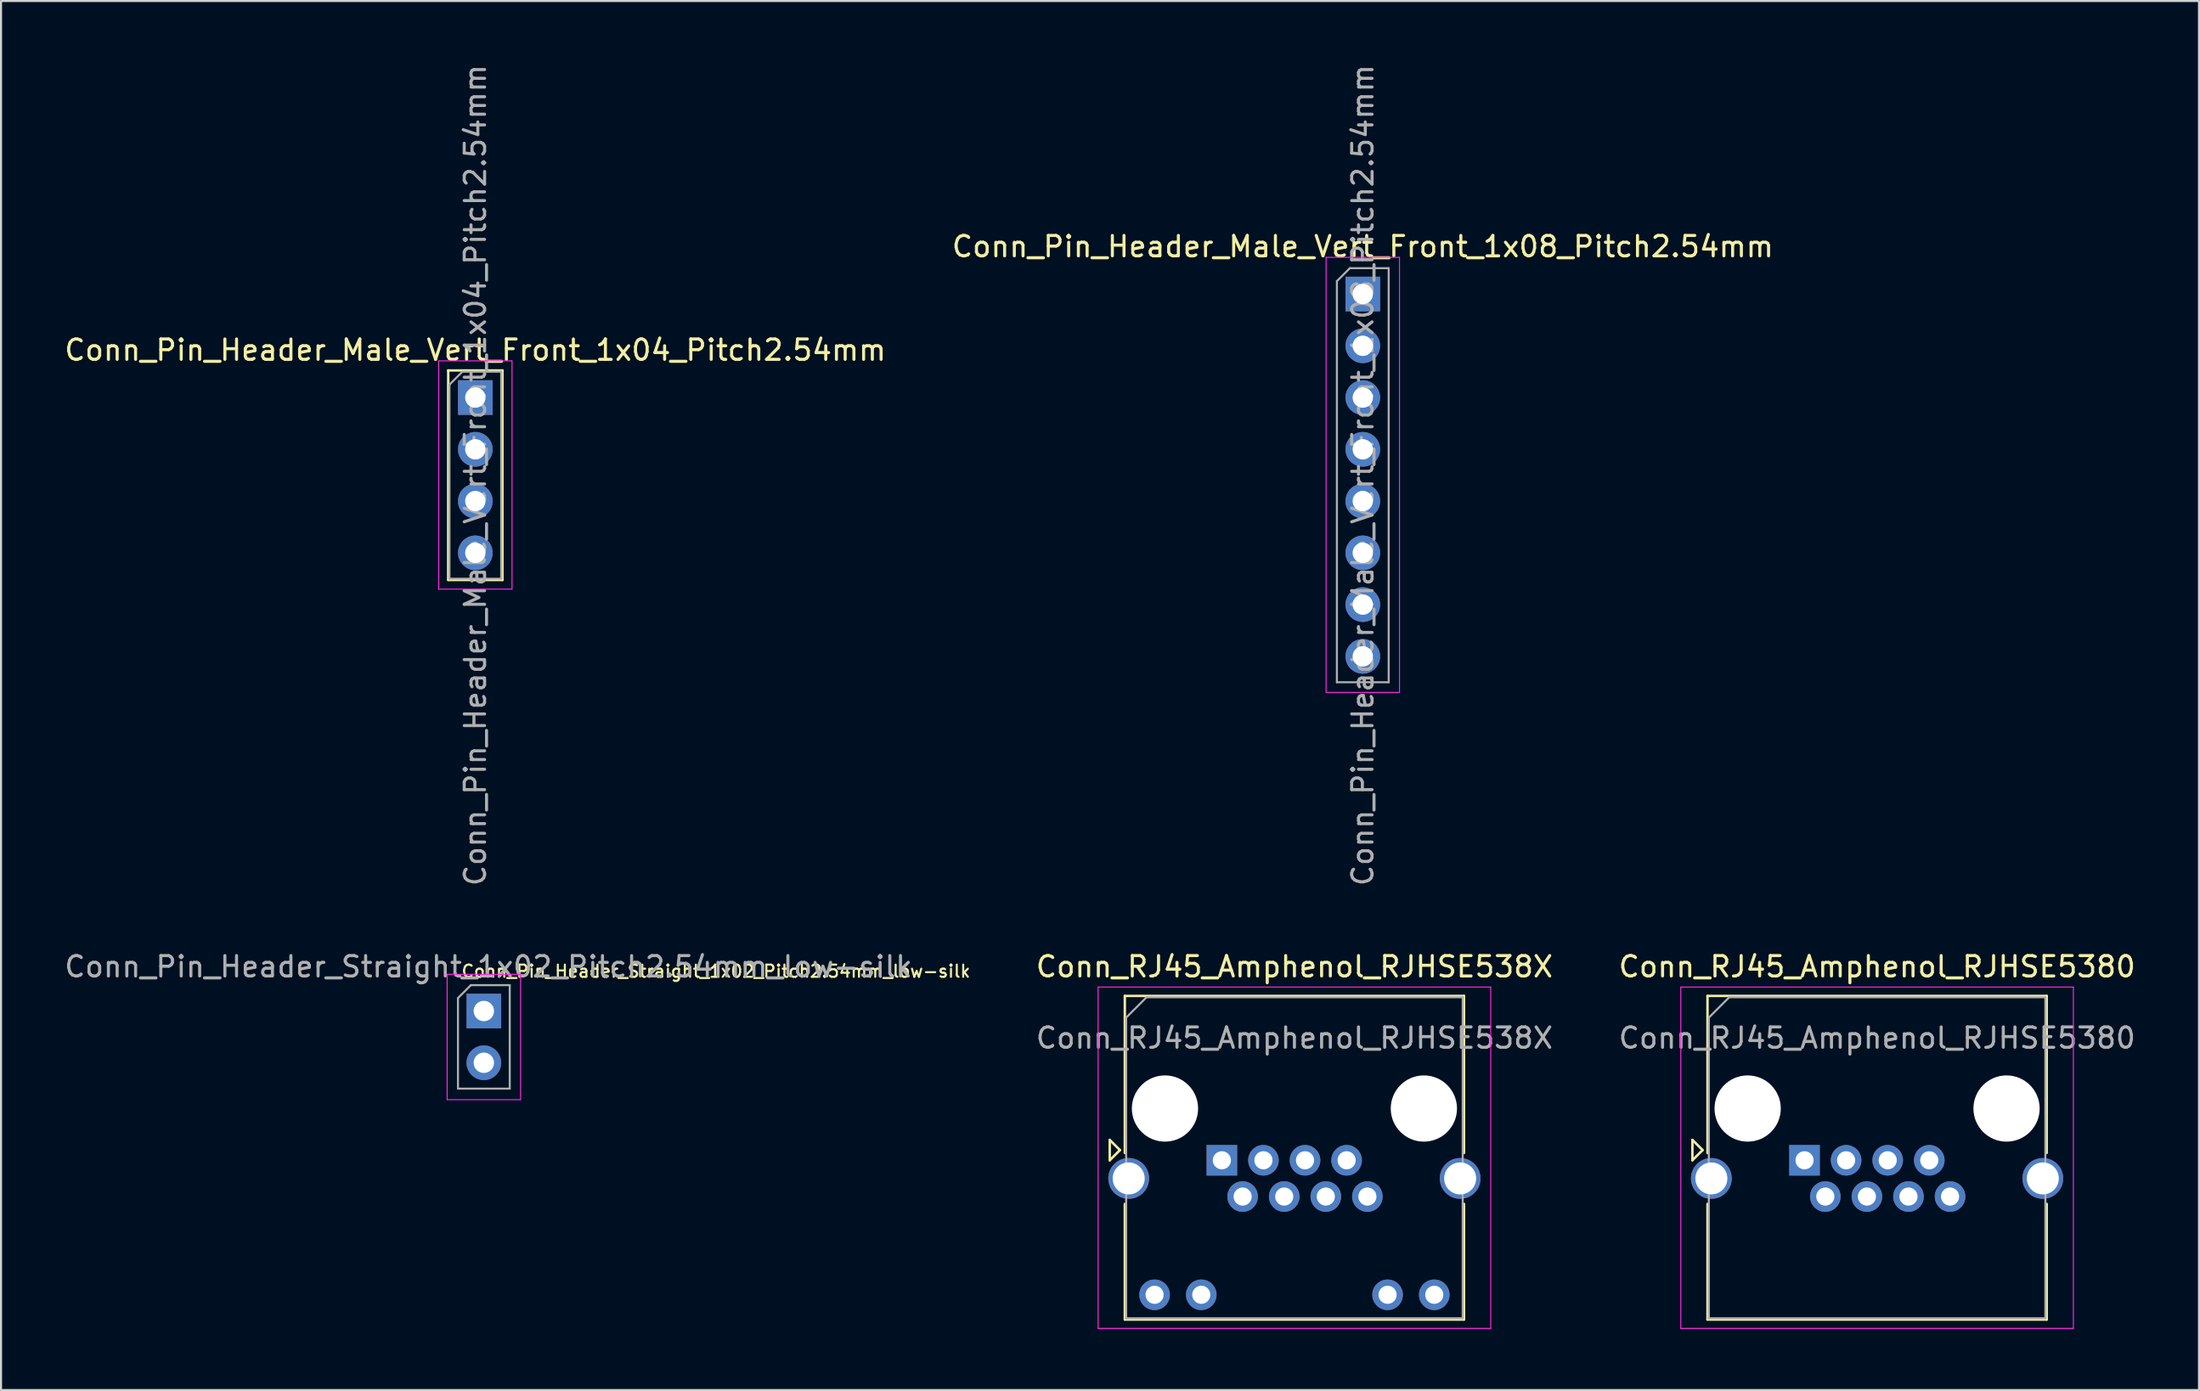
<source format=kicad_pcb>
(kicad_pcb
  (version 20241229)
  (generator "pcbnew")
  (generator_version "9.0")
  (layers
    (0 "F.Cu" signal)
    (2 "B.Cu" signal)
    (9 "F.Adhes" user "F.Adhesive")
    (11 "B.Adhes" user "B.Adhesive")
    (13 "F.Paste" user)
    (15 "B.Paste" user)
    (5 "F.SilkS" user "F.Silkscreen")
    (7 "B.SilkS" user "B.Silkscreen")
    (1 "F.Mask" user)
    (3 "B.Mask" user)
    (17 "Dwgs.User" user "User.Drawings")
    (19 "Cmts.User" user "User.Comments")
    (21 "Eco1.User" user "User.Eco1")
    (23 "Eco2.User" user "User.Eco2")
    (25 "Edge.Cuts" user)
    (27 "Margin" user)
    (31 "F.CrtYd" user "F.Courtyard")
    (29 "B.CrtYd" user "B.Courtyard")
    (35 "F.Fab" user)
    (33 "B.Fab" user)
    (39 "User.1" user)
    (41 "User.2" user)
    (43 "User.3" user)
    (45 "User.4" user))
  (footprint "Conn_Pin_Header_Male_Vert_Front_1x08_Pitch2.54mm"
    (layer "F.Cu")
    (at 63.804 11.378)
    (property "Reference" "Conn_Pin_Header_Male_Vert_Front_1x08_Pitch2.54mm" (at 0 -2.33 0) (layer "F.SilkS") (effects (font (size 1 1) (thickness 0.15))))
    (attr through_hole)
    (fp_line (start -1.8 -1.8) (end -1.8 19.55) (stroke (width 0.05) (type solid)) (layer "F.CrtYd"))
    (fp_line (start -1.8 19.55) (end 1.8 19.55) (stroke (width 0.05) (type solid)) (layer "F.CrtYd"))
    (fp_line (start 1.8 -1.8) (end -1.8 -1.8) (stroke (width 0.05) (type solid)) (layer "F.CrtYd"))
    (fp_line (start 1.8 19.55) (end 1.8 -1.8) (stroke (width 0.05) (type solid)) (layer "F.CrtYd"))
    (fp_line (start -1.27 -0.635) (end -0.635 -1.27) (stroke (width 0.1) (type solid)) (layer "F.Fab"))
    (fp_line (start -1.27 19.05) (end -1.27 -0.635) (stroke (width 0.1) (type solid)) (layer "F.Fab"))
    (fp_line (start -0.635 -1.27) (end 1.27 -1.27) (stroke (width 0.1) (type solid)) (layer "F.Fab"))
    (fp_line (start 1.27 -1.27) (end 1.27 19.05) (stroke (width 0.1) (type solid)) (layer "F.Fab"))
    (fp_line (start 1.27 19.05) (end -1.27 19.05) (stroke (width 0.1) (type solid)) (layer "F.Fab"))
    (fp_text user "${REFERENCE}" (at 0 8.89 90) (layer "F.Fab") (effects (font (size 1 1) (thickness 0.15))))
    (pad "1" thru_hole rect (at 0 0) (size 1.7 1.7) (drill 1) (layers "*.Cu" "*.Mask"))
    (pad "2" thru_hole oval (at 0 2.54) (size 1.7 1.7) (drill 1) (layers "*.Cu" "*.Mask"))
    (pad "3" thru_hole oval (at 0 5.08) (size 1.7 1.7) (drill 1) (layers "*.Cu" "*.Mask"))
    (pad "4" thru_hole oval (at 0 7.62) (size 1.7 1.7) (drill 1) (layers "*.Cu" "*.Mask"))
    (pad "5" thru_hole oval (at 0 10.16) (size 1.7 1.7) (drill 1) (layers "*.Cu" "*.Mask"))
    (pad "6" thru_hole oval (at 0 12.7) (size 1.7 1.7) (drill 1) (layers "*.Cu" "*.Mask"))
    (pad "7" thru_hole oval (at 0 15.24) (size 1.7 1.7) (drill 1) (layers "*.Cu" "*.Mask"))
    (pad "8" thru_hole oval (at 0 17.78) (size 1.7 1.7) (drill 1) (layers "*.Cu" "*.Mask")))
  (footprint "Conn_Pin_Header_Straight_1x02_Pitch2.54mm_low-silk"
    (layer "F.Cu")
    (at 20.686 46.559)
    (property "Reference" "Conn_Pin_Header_Straight_1x02_Pitch2.54mm_low-silk" (at -1.15 -1.95 0) (unlocked yes) (layer "F.SilkS") (effects (font (size 0.6 0.6) (thickness 0.1)) (justify left)))
    (attr through_hole)
    (fp_line (start -1.8 -1.8) (end -1.8 4.35) (stroke (width 0.05) (type solid)) (layer "F.CrtYd"))
    (fp_line (start -1.8 4.35) (end 1.8 4.35) (stroke (width 0.05) (type solid)) (layer "F.CrtYd"))
    (fp_line (start 1.8 -1.8) (end -1.8 -1.8) (stroke (width 0.05) (type solid)) (layer "F.CrtYd"))
    (fp_line (start 1.8 4.35) (end 1.8 -1.8) (stroke (width 0.05) (type solid)) (layer "F.CrtYd"))
    (fp_line (start -1.27 -0.635) (end -0.635 -1.27) (stroke (width 0.1) (type solid)) (layer "F.Fab"))
    (fp_line (start -1.27 3.81) (end -1.27 -0.635) (stroke (width 0.1) (type solid)) (layer "F.Fab"))
    (fp_line (start -0.635 -1.27) (end 1.27 -1.27) (stroke (width 0.1) (type solid)) (layer "F.Fab"))
    (fp_line (start 1.27 -1.27) (end 1.27 3.81) (stroke (width 0.1) (type solid)) (layer "F.Fab"))
    (fp_line (start 1.27 3.81) (end -1.27 3.81) (stroke (width 0.1) (type solid)) (layer "F.Fab"))
    (fp_text user "${REFERENCE}" (at 0.225 -2.175 0) (layer "F.Fab") (effects (font (size 1 1) (thickness 0.15))))
    (pad "1" thru_hole rect (at 0 0) (size 1.7 1.7) (drill 1) (layers "*.Cu" "*.Mask"))
    (pad "2" thru_hole oval (at 0 2.54) (size 1.7 1.7) (drill 1) (layers "*.Cu" "*.Mask")))
  (footprint "Conn_RJ45_Amphenol_RJHSE5380"
    (layer "F.Cu")
    (at 85.474 53.884)
    (property "Reference" "Conn_RJ45_Amphenol_RJHSE5380" (at 3.56 -9.5 0) (layer "F.SilkS") (effects (font (size 1 1) (thickness 0.15))))
    (attr through_hole)
    (fp_line (start -5.5 -1) (end -5 -0.5) (stroke (width 0.12) (type solid)) (layer "F.SilkS"))
    (fp_line (start -5.5 0) (end -5.5 -1) (stroke (width 0.12) (type solid)) (layer "F.SilkS"))
    (fp_line (start -5 -0.5) (end -5.5 0) (stroke (width 0.12) (type solid)) (layer "F.SilkS"))
    (fp_line (start -4.76 -8.065) (end -4.76 -0.36) (stroke (width 0.12) (type solid)) (layer "F.SilkS"))
    (fp_line (start -4.76 -8.065) (end 11.88 -8.065) (stroke (width 0.12) (type solid)) (layer "F.SilkS"))
    (fp_line (start -4.76 7.815) (end -4.76 2.14) (stroke (width 0.12) (type solid)) (layer "F.SilkS"))
    (fp_line (start -4.76 7.815) (end 11.88 7.815) (stroke (width 0.12) (type solid)) (layer "F.SilkS"))
    (fp_line (start 11.88 -8.065) (end 11.88 -0.36) (stroke (width 0.12) (type solid)) (layer "F.SilkS"))
    (fp_line (start 11.88 7.815) (end 11.88 2.14) (stroke (width 0.12) (type solid)) (layer "F.SilkS"))
    (fp_line (start -6.07 -8.5) (end -6.07 8.25) (stroke (width 0.05) (type solid)) (layer "F.CrtYd"))
    (fp_line (start -6.07 -8.5) (end 13.19 -8.5) (stroke (width 0.05) (type solid)) (layer "F.CrtYd"))
    (fp_line (start -6.07 8.25) (end 13.19 8.25) (stroke (width 0.05) (type solid)) (layer "F.CrtYd"))
    (fp_line (start 13.19 -8.5) (end 13.19 8.25) (stroke (width 0.05) (type solid)) (layer "F.CrtYd"))
    (fp_line (start -4.695 -7) (end -4.695 7.75) (stroke (width 0.1) (type solid)) (layer "F.Fab"))
    (fp_line (start -4.695 -7) (end -3.695 -8) (stroke (width 0.1) (type solid)) (layer "F.Fab"))
    (fp_line (start -4.695 7.75) (end 11.815 7.75) (stroke (width 0.1) (type solid)) (layer "F.Fab"))
    (fp_line (start -3.695 -8) (end 11.815 -8) (stroke (width 0.1) (type solid)) (layer "F.Fab"))
    (fp_line (start 11.815 -8) (end 11.815 7.75) (stroke (width 0.1) (type solid)) (layer "F.Fab"))
    (fp_text user "${REFERENCE}" (at 3.56 -6 0) (layer "F.Fab") (effects (font (size 1 1) (thickness 0.15))))
    (pad "" np_thru_hole circle (at -2.79 -2.54) (size 3.25 3.25) (drill 3.25) (layers "*.Cu" "*.Mask"))
    (pad "" np_thru_hole circle (at 9.91 -2.54) (size 3.25 3.25) (drill 3.25) (layers "*.Cu" "*.Mask"))
    (pad "1" thru_hole rect (at 0 0) (size 1.5 1.5) (drill 0.89) (layers "*.Cu" "*.Mask"))
    (pad "2" thru_hole circle (at 1.02 1.78) (size 1.5 1.5) (drill 0.89) (layers "*.Cu" "*.Mask"))
    (pad "3" thru_hole circle (at 2.04 0) (size 1.5 1.5) (drill 0.89) (layers "*.Cu" "*.Mask"))
    (pad "4" thru_hole circle (at 3.06 1.78) (size 1.5 1.5) (drill 0.89) (layers "*.Cu" "*.Mask"))
    (pad "5" thru_hole circle (at 4.08 0) (size 1.5 1.5) (drill 0.89) (layers "*.Cu" "*.Mask"))
    (pad "6" thru_hole circle (at 5.1 1.78) (size 1.5 1.5) (drill 0.89) (layers "*.Cu" "*.Mask"))
    (pad "7" thru_hole circle (at 6.12 0) (size 1.5 1.5) (drill 0.89) (layers "*.Cu" "*.Mask"))
    (pad "8" thru_hole circle (at 7.14 1.78) (size 1.5 1.5) (drill 0.89) (layers "*.Cu" "*.Mask"))
    (pad "SH" thru_hole circle (at -4.57 0.89) (size 2 2) (drill 1.57) (layers "*.Cu" "*.Mask"))
    (pad "SH" thru_hole circle (at 11.69 0.89) (size 2 2) (drill 1.57) (layers "*.Cu" "*.Mask")))
  (footprint "Conn_Pin_Header_Male_Vert_Front_1x04_Pitch2.54mm"
    (layer "F.Cu")
    (at 20.268 16.458)
    (property "Reference" "Conn_Pin_Header_Male_Vert_Front_1x04_Pitch2.54mm" (at 0 -2.33 0) (layer "F.SilkS") (effects (font (size 1 1) (thickness 0.15))))
    (attr through_hole)
    (fp_line (start -1.33 -1.33) (end -1.33 8.95) (stroke (width 0.12) (type solid)) (layer "F.SilkS"))
    (fp_line (start -1.33 -1.33) (end 1.33 -1.33) (stroke (width 0.12) (type solid)) (layer "F.SilkS"))
    (fp_line (start -1.33 8.95) (end 1.33 8.95) (stroke (width 0.12) (type solid)) (layer "F.SilkS"))
    (fp_line (start 1.33 -1.33) (end 1.33 8.95) (stroke (width 0.12) (type solid)) (layer "F.SilkS"))
    (fp_line (start -1.8 -1.8) (end -1.8 9.4) (stroke (width 0.05) (type solid)) (layer "F.CrtYd"))
    (fp_line (start -1.8 9.4) (end 1.8 9.4) (stroke (width 0.05) (type solid)) (layer "F.CrtYd"))
    (fp_line (start 1.8 -1.8) (end -1.8 -1.8) (stroke (width 0.05) (type solid)) (layer "F.CrtYd"))
    (fp_line (start 1.8 9.4) (end 1.8 -1.8) (stroke (width 0.05) (type solid)) (layer "F.CrtYd"))
    (fp_line (start -1.27 -0.635) (end -0.635 -1.27) (stroke (width 0.1) (type solid)) (layer "F.Fab"))
    (fp_line (start -1.27 8.89) (end -1.27 -0.635) (stroke (width 0.1) (type solid)) (layer "F.Fab"))
    (fp_line (start -0.635 -1.27) (end 1.27 -1.27) (stroke (width 0.1) (type solid)) (layer "F.Fab"))
    (fp_line (start 1.27 -1.27) (end 1.27 8.89) (stroke (width 0.1) (type solid)) (layer "F.Fab"))
    (fp_line (start 1.27 8.89) (end -1.27 8.89) (stroke (width 0.1) (type solid)) (layer "F.Fab"))
    (fp_text user "${REFERENCE}" (at 0 3.81 90) (layer "F.Fab") (effects (font (size 1 1) (thickness 0.15))))
    (pad "1" thru_hole rect (at 0 0) (size 1.7 1.7) (drill 1) (layers "*.Cu" "*.Mask"))
    (pad "2" thru_hole oval (at 0 2.54) (size 1.7 1.7) (drill 1) (layers "*.Cu" "*.Mask"))
    (pad "3" thru_hole oval (at 0 5.08) (size 1.7 1.7) (drill 1) (layers "*.Cu" "*.Mask"))
    (pad "4" thru_hole oval (at 0 7.62) (size 1.7 1.7) (drill 1) (layers "*.Cu" "*.Mask")))
  (footprint "Conn_RJ45_Amphenol_RJHSE538X"
    (layer "F.Cu")
    (at 56.89 53.884)
    (property "Reference" "Conn_RJ45_Amphenol_RJHSE538X" (at 3.56 -9.5 0) (layer "F.SilkS") (effects (font (size 1 1) (thickness 0.15))))
    (attr through_hole)
    (fp_line (start -5.5 -1) (end -5 -0.5) (stroke (width 0.12) (type solid)) (layer "F.SilkS"))
    (fp_line (start -5.5 0) (end -5.5 -1) (stroke (width 0.12) (type solid)) (layer "F.SilkS"))
    (fp_line (start -5 -0.5) (end -5.5 0) (stroke (width 0.12) (type solid)) (layer "F.SilkS"))
    (fp_line (start -4.76 -8.065) (end -4.76 -0.36) (stroke (width 0.12) (type solid)) (layer "F.SilkS"))
    (fp_line (start -4.76 -8.065) (end 11.88 -8.065) (stroke (width 0.12) (type solid)) (layer "F.SilkS"))
    (fp_line (start -4.76 7.815) (end -4.76 2.14) (stroke (width 0.12) (type solid)) (layer "F.SilkS"))
    (fp_line (start -4.76 7.815) (end 11.88 7.815) (stroke (width 0.12) (type solid)) (layer "F.SilkS"))
    (fp_line (start 11.88 -8.065) (end 11.88 -0.36) (stroke (width 0.12) (type solid)) (layer "F.SilkS"))
    (fp_line (start 11.88 7.815) (end 11.88 2.14) (stroke (width 0.12) (type solid)) (layer "F.SilkS"))
    (fp_line (start -6.07 -8.5) (end -6.07 8.25) (stroke (width 0.05) (type solid)) (layer "F.CrtYd"))
    (fp_line (start -6.07 -8.5) (end 13.19 -8.5) (stroke (width 0.05) (type solid)) (layer "F.CrtYd"))
    (fp_line (start -6.07 8.25) (end 13.19 8.25) (stroke (width 0.05) (type solid)) (layer "F.CrtYd"))
    (fp_line (start 13.19 -8.5) (end 13.19 8.25) (stroke (width 0.05) (type solid)) (layer "F.CrtYd"))
    (fp_line (start -4.695 -7) (end -4.695 7.75) (stroke (width 0.1) (type solid)) (layer "F.Fab"))
    (fp_line (start -4.695 -7) (end -3.695 -8) (stroke (width 0.1) (type solid)) (layer "F.Fab"))
    (fp_line (start -4.695 7.75) (end 11.815 7.75) (stroke (width 0.1) (type solid)) (layer "F.Fab"))
    (fp_line (start -3.695 -8) (end 11.815 -8) (stroke (width 0.1) (type solid)) (layer "F.Fab"))
    (fp_line (start 11.815 -8) (end 11.815 7.75) (stroke (width 0.1) (type solid)) (layer "F.Fab"))
    (fp_text user "${REFERENCE}" (at 3.56 -6 0) (layer "F.Fab") (effects (font (size 1 1) (thickness 0.15))))
    (pad "" np_thru_hole circle (at -2.79 -2.54) (size 3.25 3.25) (drill 3.25) (layers "*.Cu" "*.Mask"))
    (pad "" np_thru_hole circle (at 9.91 -2.54) (size 3.25 3.25) (drill 3.25) (layers "*.Cu" "*.Mask"))
    (pad "1" thru_hole rect (at 0 0) (size 1.5 1.5) (drill 0.89) (layers "*.Cu" "*.Mask"))
    (pad "2" thru_hole circle (at 1.02 1.78) (size 1.5 1.5) (drill 0.89) (layers "*.Cu" "*.Mask"))
    (pad "3" thru_hole circle (at 2.04 0) (size 1.5 1.5) (drill 0.89) (layers "*.Cu" "*.Mask"))
    (pad "4" thru_hole circle (at 3.06 1.78) (size 1.5 1.5) (drill 0.89) (layers "*.Cu" "*.Mask"))
    (pad "5" thru_hole circle (at 4.08 0) (size 1.5 1.5) (drill 0.89) (layers "*.Cu" "*.Mask"))
    (pad "6" thru_hole circle (at 5.1 1.78) (size 1.5 1.5) (drill 0.89) (layers "*.Cu" "*.Mask"))
    (pad "7" thru_hole circle (at 6.12 0) (size 1.5 1.5) (drill 0.89) (layers "*.Cu" "*.Mask"))
    (pad "8" thru_hole circle (at 7.14 1.78) (size 1.5 1.5) (drill 0.89) (layers "*.Cu" "*.Mask"))
    (pad "9" thru_hole circle (at -3.3 6.6) (size 1.5 1.5) (drill 0.89) (layers "*.Cu" "*.Mask"))
    (pad "10" thru_hole circle (at -1.01 6.6) (size 1.5 1.5) (drill 0.89) (layers "*.Cu" "*.Mask"))
    (pad "11" thru_hole circle (at 8.13 6.6) (size 1.5 1.5) (drill 0.89) (layers "*.Cu" "*.Mask"))
    (pad "12" thru_hole circle (at 10.42 6.6) (size 1.5 1.5) (drill 0.89) (layers "*.Cu" "*.Mask"))
    (pad "SH" thru_hole circle (at -4.57 0.89) (size 2 2) (drill 1.57) (layers "*.Cu" "*.Mask"))
    (pad "SH" thru_hole circle (at 11.69 0.89) (size 2 2) (drill 1.57) (layers "*.Cu" "*.Mask")))
  (gr_rect
    (start -3 -3)
    (end 104.825 65.159)
    (stroke (width 0.1) (type default))
    (fill no)
    (layer "Edge.Cuts")))
</source>
